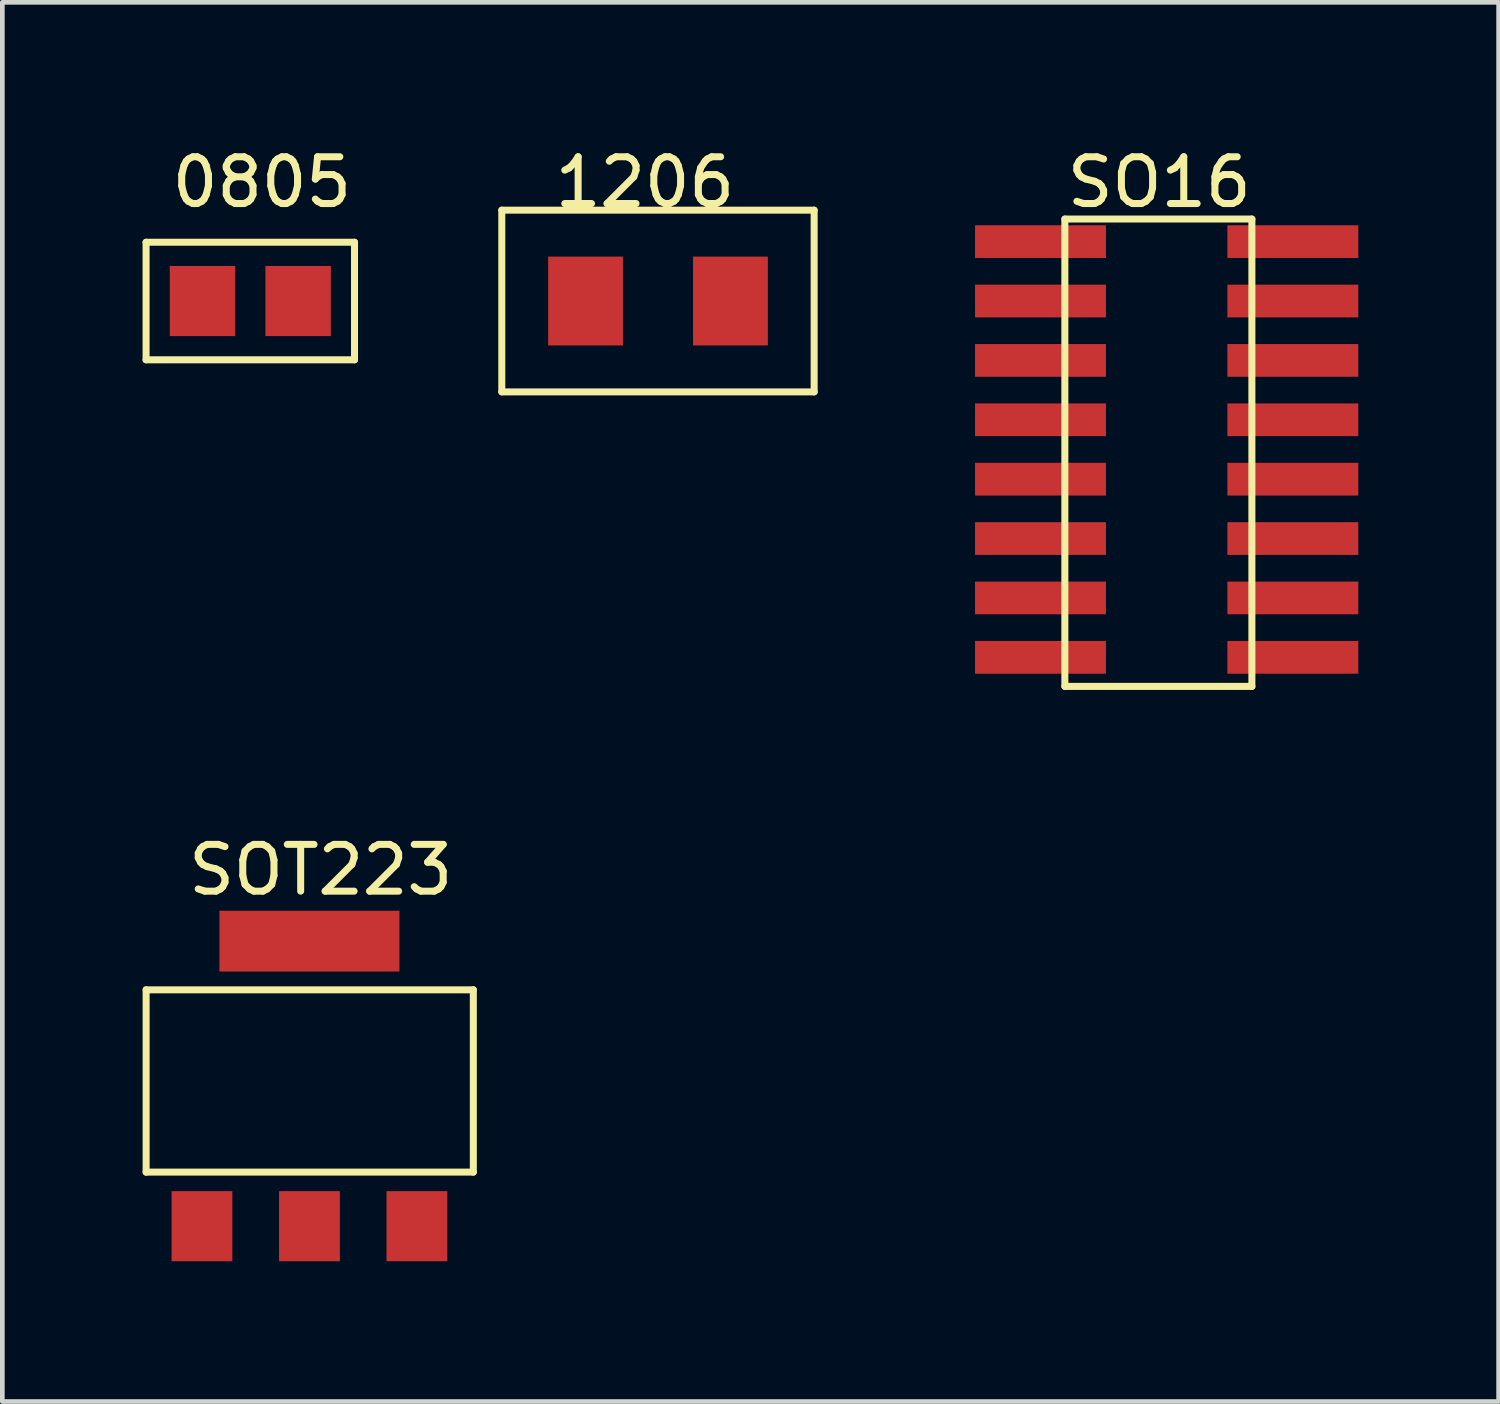
<source format=kicad_pcb>
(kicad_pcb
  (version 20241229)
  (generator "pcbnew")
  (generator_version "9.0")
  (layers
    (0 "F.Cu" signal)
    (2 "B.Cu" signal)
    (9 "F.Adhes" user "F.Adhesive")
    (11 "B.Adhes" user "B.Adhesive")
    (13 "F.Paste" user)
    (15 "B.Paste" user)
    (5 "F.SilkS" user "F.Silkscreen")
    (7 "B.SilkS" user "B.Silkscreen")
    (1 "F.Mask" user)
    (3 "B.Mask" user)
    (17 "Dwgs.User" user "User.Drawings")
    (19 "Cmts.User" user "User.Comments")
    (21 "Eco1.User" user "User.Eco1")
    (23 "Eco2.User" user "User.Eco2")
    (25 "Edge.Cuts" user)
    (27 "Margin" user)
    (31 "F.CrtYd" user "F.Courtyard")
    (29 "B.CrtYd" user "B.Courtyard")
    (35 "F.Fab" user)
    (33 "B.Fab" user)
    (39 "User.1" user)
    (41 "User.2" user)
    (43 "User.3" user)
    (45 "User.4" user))
  (footprint "0805"
    (layer "F.Cu")
    (at 2.551 3.388)
    (property "Reference" "0805" (at 0 -2.54 0) (layer "F.SilkS") (effects (font (size 1 1) (thickness 0.15))))
    (attr through_hole)
    (fp_line (start -2.477 -1.257) (end 1.981 -1.257) (stroke (width 0.15) (type solid)) (layer "F.SilkS"))
    (fp_line (start -2.477 1.257) (end -2.477 -1.257) (stroke (width 0.15) (type solid)) (layer "F.SilkS"))
    (fp_line (start 1.981 -1.257) (end 1.981 1.257) (stroke (width 0.15) (type solid)) (layer "F.SilkS"))
    (fp_line (start 1.981 1.257) (end -2.477 1.257) (stroke (width 0.15) (type solid)) (layer "F.SilkS"))
    (pad "1" smd rect (at -1.27 0) (size 1.4 1.5) (layers "F.Cu" "F.Mask" "F.Paste"))
    (pad "2" smd rect (at 0.775 0) (size 1.4 1.5) (layers "F.Cu" "F.Mask" "F.Paste")))
  (footprint "1206"
    (layer "F.Cu")
    (at 14.553 5.928)
    (property "Reference" "1206" (at -3.81 -5.08 0) (layer "F.SilkS") (effects (font (size 1 1) (thickness 0.15))))
    (attr through_hole)
    (fp_line (start -6.871 -4.483) (end -0.191 -4.483) (stroke (width 0.15) (type solid)) (layer "F.SilkS"))
    (fp_line (start -6.871 -0.597) (end -6.871 -4.483) (stroke (width 0.15) (type solid)) (layer "F.SilkS"))
    (fp_line (start -0.191 -4.483) (end -0.191 -0.597) (stroke (width 0.15) (type solid)) (layer "F.SilkS"))
    (fp_line (start -0.191 -0.597) (end -6.871 -0.597) (stroke (width 0.15) (type solid)) (layer "F.SilkS"))
    (pad "1" smd rect (at -5.08 -2.54) (size 1.6 1.9) (layers "F.Cu" "F.Mask" "F.Paste"))
    (pad "2" smd rect (at -1.981 -2.54) (size 1.6 1.9) (layers "F.Cu" "F.Mask" "F.Paste")))
  (footprint "SOT223"
    (layer "F.Cu")
    (at 3.809 20.634)
    (property "Reference" "SOT223" (at 0 -5.08 0) (layer "F.SilkS") (effects (font (size 1 1) (thickness 0.15))))
    (attr through_hole)
    (fp_line (start -3.734 -2.515) (end 3.264 -2.515) (stroke (width 0.15) (type solid)) (layer "F.SilkS"))
    (fp_line (start -3.734 1.384) (end -3.734 -2.515) (stroke (width 0.15) (type solid)) (layer "F.SilkS"))
    (fp_line (start 3.264 -2.515) (end 3.264 1.384) (stroke (width 0.15) (type solid)) (layer "F.SilkS"))
    (fp_line (start 3.264 1.384) (end -3.734 1.384) (stroke (width 0.15) (type solid)) (layer "F.SilkS"))
    (pad "1" smd rect (at -2.54 2.54) (size 1.3 1.5) (layers "F.Cu" "F.Mask" "F.Paste"))
    (pad "2" smd rect (at -0.241 2.54) (size 1.3 1.5) (layers "F.Cu" "F.Mask" "F.Paste"))
    (pad "3" smd rect (at 2.057 2.54) (size 1.3 1.5) (layers "F.Cu" "F.Mask" "F.Paste"))
    (pad "4" smd rect (at -0.241 -3.556) (size 3.85 1.3) (layers "F.Cu" "F.Mask" "F.Paste")))
  (footprint "SO16"
    (layer "F.Cu")
    (at 21.743 7.198)
    (property "Reference" "SO16" (at 0 -6.35 0) (layer "F.SilkS") (effects (font (size 1 1) (thickness 0.15))))
    (attr through_hole)
    (fp_line (start -2.019 -5.563) (end 1.981 -5.563) (stroke (width 0.15) (type solid)) (layer "F.SilkS"))
    (fp_line (start -2.019 4.432) (end -2.019 -5.563) (stroke (width 0.15) (type solid)) (layer "F.SilkS"))
    (fp_line (start 1.981 -5.563) (end 1.981 4.432) (stroke (width 0.15) (type solid)) (layer "F.SilkS"))
    (fp_line (start 1.981 4.432) (end -2.019 4.432) (stroke (width 0.15) (type solid)) (layer "F.SilkS"))
    (pad "1" smd rect (at -2.54 -5.08) (size 2.8 0.7) (layers "F.Cu" "F.Mask" "F.Paste"))
    (pad "2" smd rect (at -2.54 -3.81) (size 2.8 0.7) (layers "F.Cu" "F.Mask" "F.Paste"))
    (pad "3" smd rect (at -2.54 -2.54) (size 2.8 0.7) (layers "F.Cu" "F.Mask" "F.Paste"))
    (pad "4" smd rect (at -2.54 -1.27) (size 2.8 0.7) (layers "F.Cu" "F.Mask" "F.Paste"))
    (pad "5" smd rect (at -2.54 0) (size 2.8 0.7) (layers "F.Cu" "F.Mask" "F.Paste"))
    (pad "6" smd rect (at -2.54 1.27) (size 2.8 0.7) (layers "F.Cu" "F.Mask" "F.Paste"))
    (pad "7" smd rect (at -2.54 2.54) (size 2.8 0.7) (layers "F.Cu" "F.Mask" "F.Paste"))
    (pad "8" smd rect (at -2.54 3.81) (size 2.8 0.7) (layers "F.Cu" "F.Mask" "F.Paste"))
    (pad "9" smd rect (at 2.857 3.81) (size 2.8 0.7) (layers "F.Cu" "F.Mask" "F.Paste"))
    (pad "10" smd rect (at 2.857 2.54) (size 2.8 0.7) (layers "F.Cu" "F.Mask" "F.Paste"))
    (pad "11" smd rect (at 2.857 1.27) (size 2.8 0.7) (layers "F.Cu" "F.Mask" "F.Paste"))
    (pad "12" smd rect (at 2.857 0) (size 2.8 0.7) (layers "F.Cu" "F.Mask" "F.Paste"))
    (pad "13" smd rect (at 2.857 -1.27) (size 2.8 0.7) (layers "F.Cu" "F.Mask" "F.Paste"))
    (pad "14" smd rect (at 2.857 -2.54) (size 2.8 0.7) (layers "F.Cu" "F.Mask" "F.Paste"))
    (pad "15" smd rect (at 2.857 -3.81) (size 2.8 0.7) (layers "F.Cu" "F.Mask" "F.Paste"))
    (pad "16" smd rect (at 2.857 -5.08) (size 2.8 0.7) (layers "F.Cu" "F.Mask" "F.Paste")))
  (gr_rect
    (start -3 -3)
    (end 29.001 26.924)
    (stroke (width 0.1) (type default))
    (fill no)
    (layer "Edge.Cuts")))
</source>
